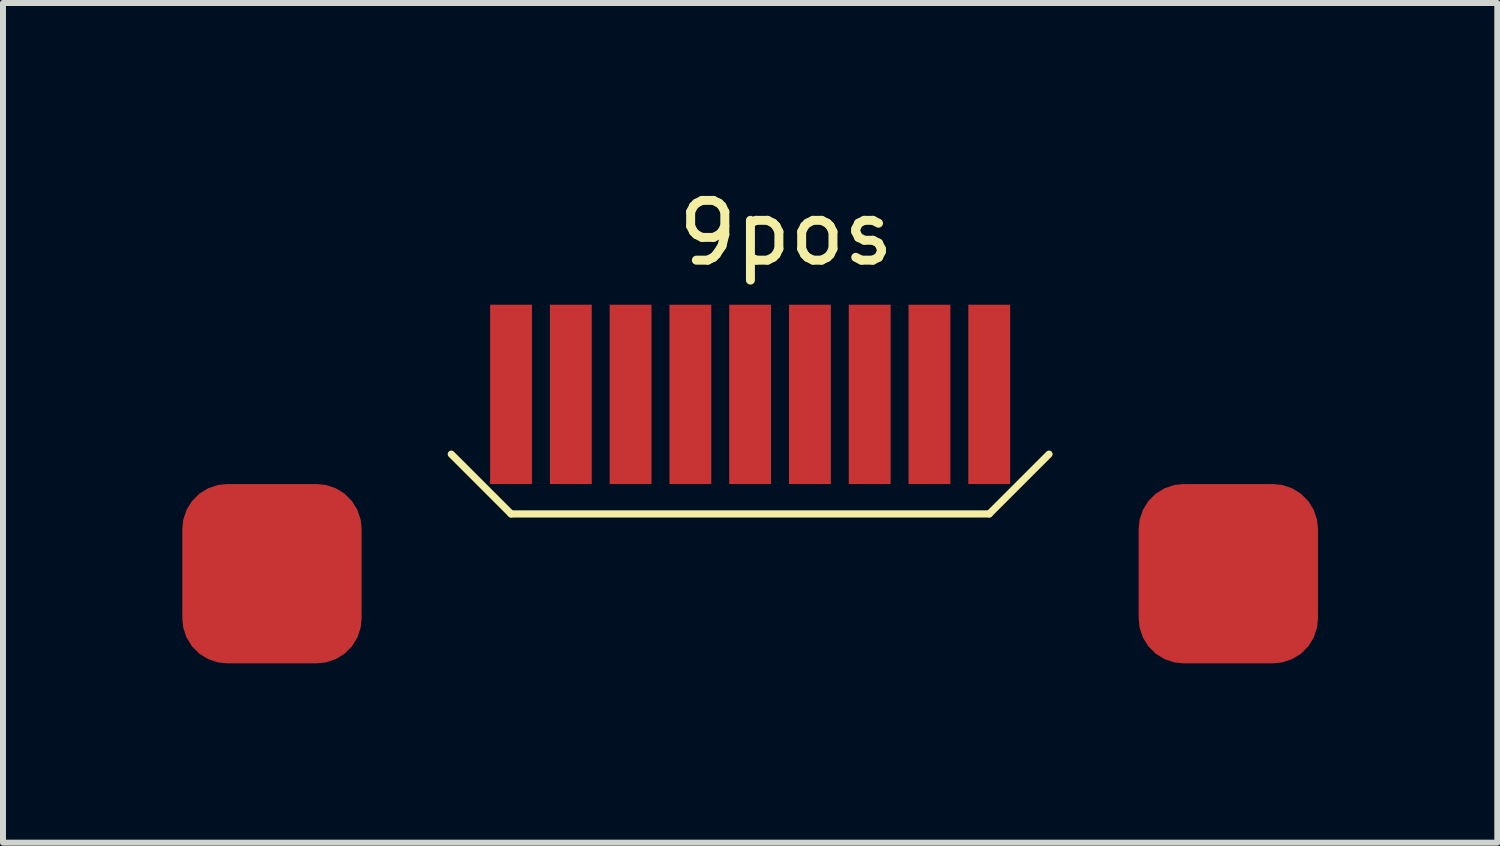
<source format=kicad_pcb>
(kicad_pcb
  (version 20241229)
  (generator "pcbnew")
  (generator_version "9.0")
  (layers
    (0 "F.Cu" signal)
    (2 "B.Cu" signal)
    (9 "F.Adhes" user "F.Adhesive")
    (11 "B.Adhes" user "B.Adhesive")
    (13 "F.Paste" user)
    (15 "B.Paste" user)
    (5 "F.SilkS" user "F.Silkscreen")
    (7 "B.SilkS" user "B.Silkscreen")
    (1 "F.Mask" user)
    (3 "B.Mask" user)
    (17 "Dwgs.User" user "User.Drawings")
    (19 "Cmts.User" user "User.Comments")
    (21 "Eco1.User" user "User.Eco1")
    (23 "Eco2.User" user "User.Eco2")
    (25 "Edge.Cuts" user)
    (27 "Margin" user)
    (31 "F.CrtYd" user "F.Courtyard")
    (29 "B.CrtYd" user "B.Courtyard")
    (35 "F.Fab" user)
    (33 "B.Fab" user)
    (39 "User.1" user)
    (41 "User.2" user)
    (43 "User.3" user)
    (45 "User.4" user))
  (footprint "9pos"
    (layer "F.Cu")
    (at 5.5 3.548)
    (property "Reference" "9pos" (at 4.6 -2.7 0) (layer "F.SilkS") (effects (font (size 1 1) (thickness 0.15))))
    (attr through_hole)
    (fp_line (start 0 2) (end -1 1) (stroke (width 0.12) (type solid)) (layer "F.SilkS"))
    (fp_line (start 8 2) (end 0 2) (stroke (width 0.12) (type solid)) (layer "F.SilkS"))
    (fp_line (start 8 2) (end 9 1) (stroke (width 0.12) (type solid)) (layer "F.SilkS"))
    (pad "1" smd rect (at 0 0) (size 0.7 3) (layers "F.Cu" "F.Mask" "F.Paste"))
    (pad "2" smd rect (at 1 0) (size 0.7 3) (layers "F.Cu" "F.Mask" "F.Paste"))
    (pad "3" smd rect (at 2 0) (size 0.7 3) (layers "F.Cu" "F.Mask" "F.Paste"))
    (pad "4" smd rect (at 3 0) (size 0.7 3) (layers "F.Cu" "F.Mask" "F.Paste"))
    (pad "5" smd rect (at 4 0) (size 0.7 3) (layers "F.Cu" "F.Mask" "F.Paste"))
    (pad "6" smd rect (at 5 0) (size 0.7 3) (layers "F.Cu" "F.Mask" "F.Paste"))
    (pad "7" smd rect (at 6 0) (size 0.7 3) (layers "F.Cu" "F.Mask" "F.Paste"))
    (pad "8" smd rect (at 7 0) (size 0.7 3) (layers "F.Cu" "F.Mask" "F.Paste"))
    (pad "9" smd rect (at 8 0) (size 0.7 3) (layers "F.Cu" "F.Mask" "F.Paste"))
    (pad "10" smd roundrect (at -4 3) (size 3 3) (layers "F.Cu" "F.Mask" "F.Paste") (roundrect_rratio 0.25))
    (pad "10" smd roundrect (at 12 3) (size 3 3) (layers "F.Cu" "F.Mask" "F.Paste") (roundrect_rratio 0.25)))
  (gr_rect
    (start -3 -3)
    (end 22 11.048)
    (stroke (width 0.1) (type default))
    (fill no)
    (layer "Edge.Cuts")))
</source>
